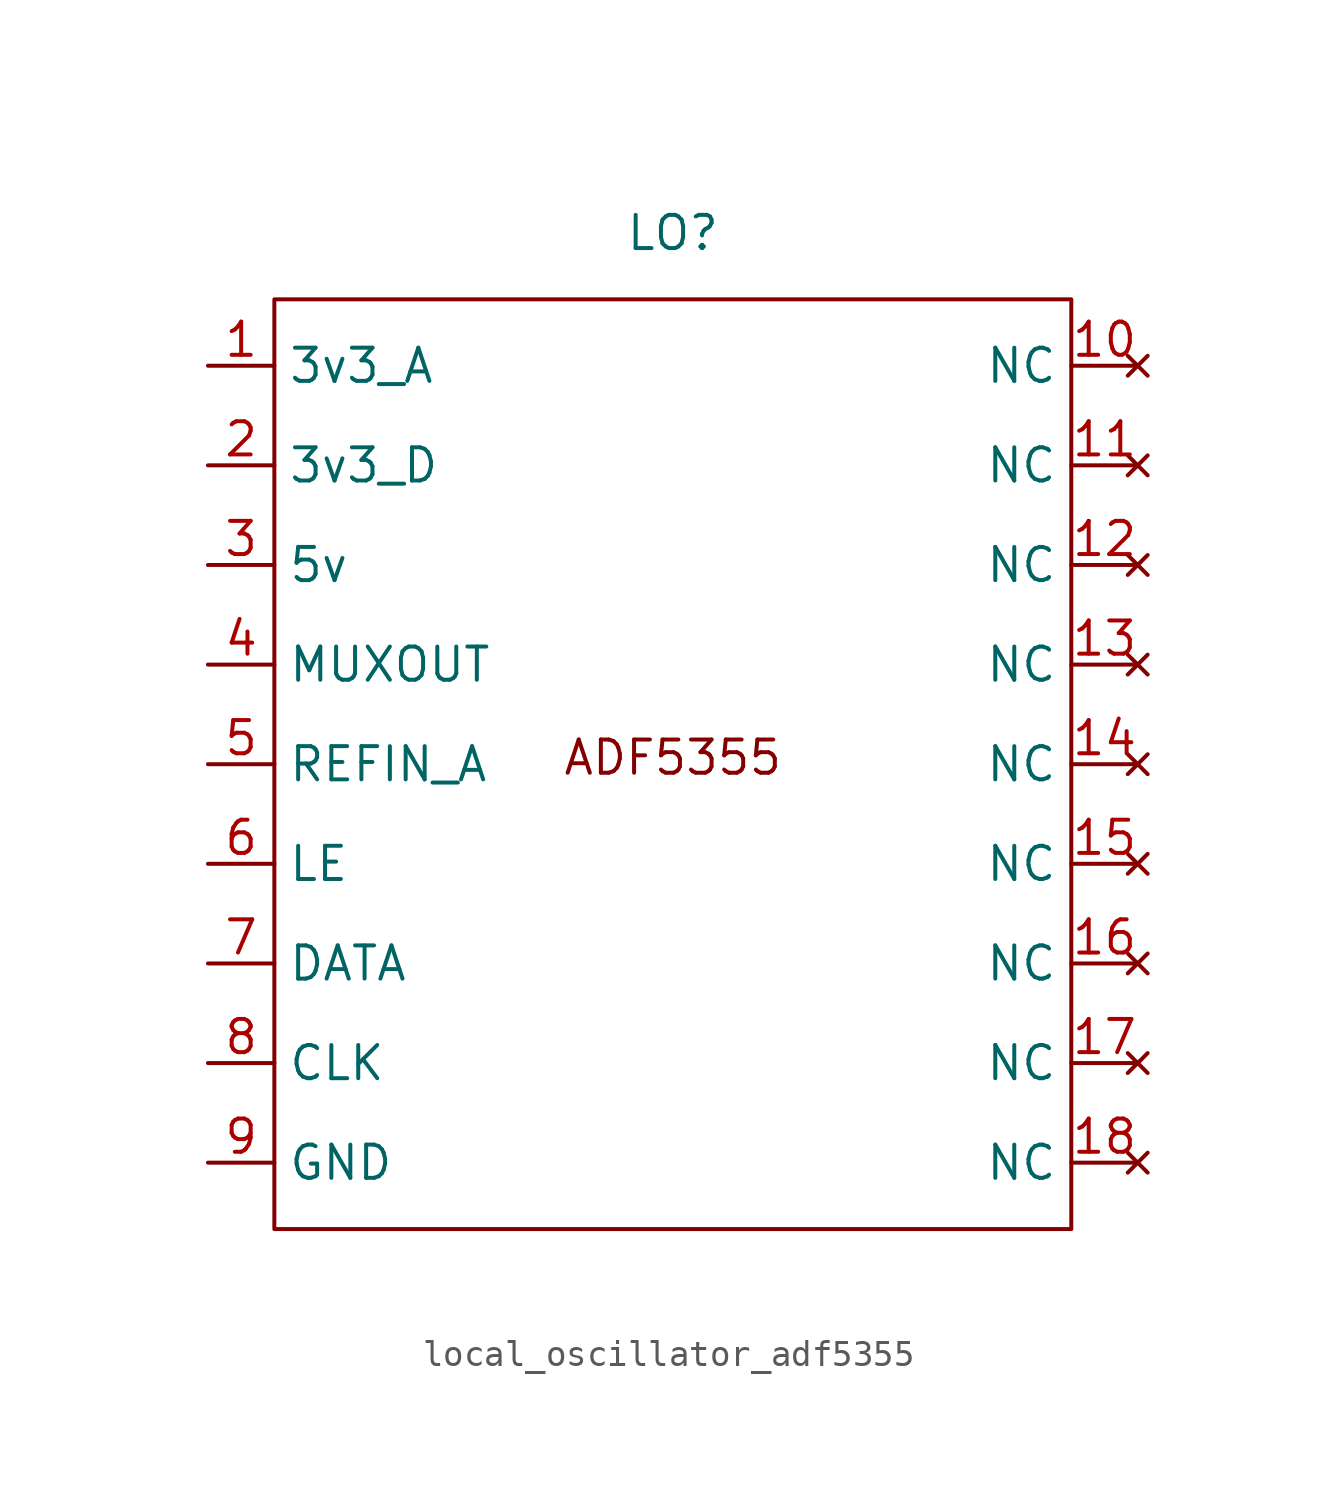
<source format=kicad_sym>
(kicad_symbol_lib
  (version 20231120)
  (generator "kicad_symbol_editor")
  (generator_version "8.0")
  (symbol "local_oscillator_adf5355"
    (property "Reference" "LO"
      (at 0 0 0)
      (effects (font (size 1.27 1.27))))
    (property "Value" ""
      (at 0 0 0)
      (effects (font (size 1.27 1.27))))
    (symbol "local_oscillator_adf5355_0_1"
      (rectangle (start -15.24 -2.54) (end 15.24 -38.1) (stroke (width 0) (type default)) (fill (type none))))
    (symbol "local_oscillator_adf5355_1_1"
      (text "ADF5355" (at 0 -20.066 0) (effects (font (size 1.27 1.27))))
      (pin power_in line (at -17.78 -5.08 0) (length 2.54) (name "3v3_A" (effects (font (size 1.27 1.27)))) (number "1" (effects (font (size 1.27 1.27)))))
      (pin no_connect line (at 17.78 -5.08 180) (length 2.54) (name "NC" (effects (font (size 1.27 1.27)))) (number "10" (effects (font (size 1.27 1.27)))))
      (pin no_connect line (at 17.78 -8.89 180) (length 2.54) (name "NC" (effects (font (size 1.27 1.27)))) (number "11" (effects (font (size 1.27 1.27)))))
      (pin no_connect line (at 17.78 -12.7 180) (length 2.54) (name "NC" (effects (font (size 1.27 1.27)))) (number "12" (effects (font (size 1.27 1.27)))))
      (pin no_connect line (at 17.78 -16.51 180) (length 2.54) (name "NC" (effects (font (size 1.27 1.27)))) (number "13" (effects (font (size 1.27 1.27)))))
      (pin no_connect line (at 17.78 -20.32 180) (length 2.54) (name "NC" (effects (font (size 1.27 1.27)))) (number "14" (effects (font (size 1.27 1.27)))))
      (pin no_connect line (at 17.78 -24.13 180) (length 2.54) (name "NC" (effects (font (size 1.27 1.27)))) (number "15" (effects (font (size 1.27 1.27)))))
      (pin no_connect line (at 17.78 -27.94 180) (length 2.54) (name "NC" (effects (font (size 1.27 1.27)))) (number "16" (effects (font (size 1.27 1.27)))))
      (pin no_connect line (at 17.78 -31.75 180) (length 2.54) (name "NC" (effects (font (size 1.27 1.27)))) (number "17" (effects (font (size 1.27 1.27)))))
      (pin no_connect line (at 17.78 -35.56 180) (length 2.54) (name "NC" (effects (font (size 1.27 1.27)))) (number "18" (effects (font (size 1.27 1.27)))))
      (pin power_in line (at -17.78 -8.89 0) (length 2.54) (name "3v3_D" (effects (font (size 1.27 1.27)))) (number "2" (effects (font (size 1.27 1.27)))))
      (pin power_in line (at -17.78 -12.7 0) (length 2.54) (name "5v" (effects (font (size 1.27 1.27)))) (number "3" (effects (font (size 1.27 1.27)))))
      (pin output line (at -17.78 -16.51 0) (length 2.54) (name "MUXOUT" (effects (font (size 1.27 1.27)))) (number "4" (effects (font (size 1.27 1.27)))))
      (pin input line (at -17.78 -20.32 0) (length 2.54) (name "REFIN_A" (effects (font (size 1.27 1.27)))) (number "5" (effects (font (size 1.27 1.27)))))
      (pin input line (at -17.78 -24.13 0) (length 2.54) (name "LE" (effects (font (size 1.27 1.27)))) (number "6" (effects (font (size 1.27 1.27)))))
      (pin input line (at -17.78 -27.94 0) (length 2.54) (name "DATA" (effects (font (size 1.27 1.27)))) (number "7" (effects (font (size 1.27 1.27)))))
      (pin input line (at -17.78 -31.75 0) (length 2.54) (name "CLK" (effects (font (size 1.27 1.27)))) (number "8" (effects (font (size 1.27 1.27)))))
      (pin power_in line (at -17.78 -35.56 0) (length 2.54) (name "GND" (effects (font (size 1.27 1.27)))) (number "9" (effects (font (size 1.27 1.27))))))))
</source>
